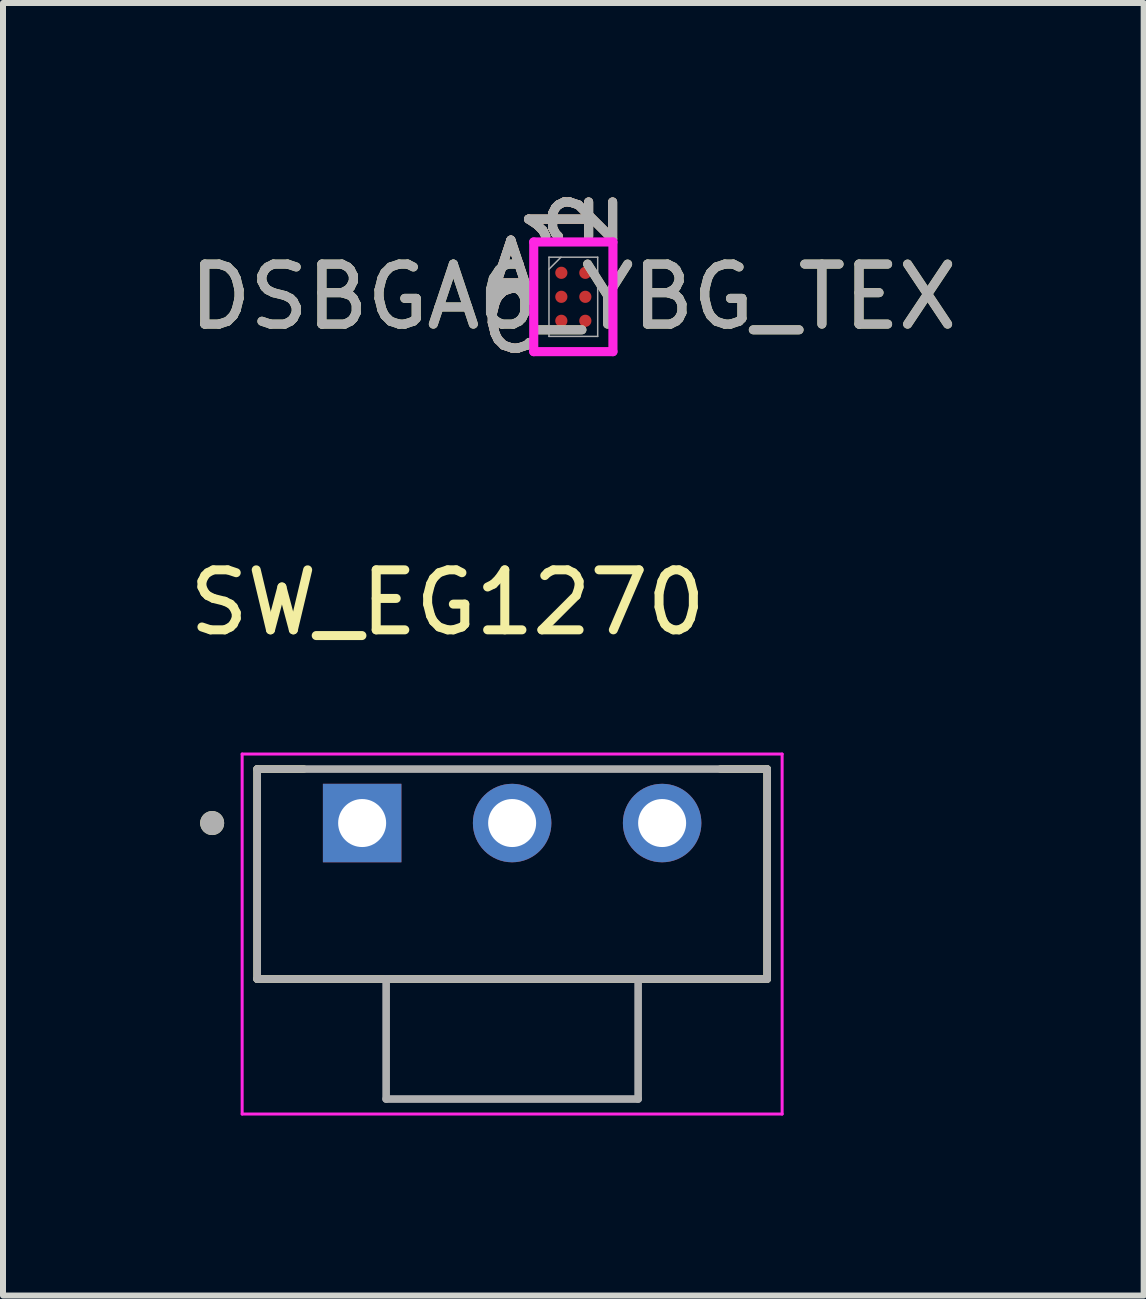
<source format=kicad_pcb>
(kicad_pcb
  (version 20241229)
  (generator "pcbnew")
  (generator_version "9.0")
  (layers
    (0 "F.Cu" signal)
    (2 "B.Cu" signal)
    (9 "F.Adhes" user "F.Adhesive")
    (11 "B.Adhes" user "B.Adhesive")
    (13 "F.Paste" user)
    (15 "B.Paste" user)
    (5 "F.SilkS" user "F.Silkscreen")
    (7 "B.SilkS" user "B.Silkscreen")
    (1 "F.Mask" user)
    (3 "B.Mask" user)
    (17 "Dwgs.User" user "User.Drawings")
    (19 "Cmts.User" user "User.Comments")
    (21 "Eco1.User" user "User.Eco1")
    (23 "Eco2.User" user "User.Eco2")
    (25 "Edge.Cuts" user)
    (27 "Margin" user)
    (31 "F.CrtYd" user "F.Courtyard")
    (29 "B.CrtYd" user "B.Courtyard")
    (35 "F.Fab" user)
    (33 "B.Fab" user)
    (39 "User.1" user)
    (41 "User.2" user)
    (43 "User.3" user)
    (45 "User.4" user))
  (footprint "DSBGA6_YBG_TEX"
    (layer "F.Cu")
    (at 6.506 1.897)
    (property "Reference" "DSBGA6_YBG_TEX" (at 0 0 0) (unlocked yes) (layer "F.SilkS") (effects (font (size 1 1) (thickness 0.15))))
    (attr smd)
    (fp_poly (pts (xy -0.845 -1.045) (xy 0.845 -1.045) (xy 0.845 1.045) (xy -0.845 1.045)) (stroke (width 0.1) (type solid)) (fill no) (layer "Eco2.User"))
    (fp_line (start -0.66 -0.914) (end 0.66 -0.914) (stroke (width 0.152) (type solid)) (layer "F.CrtYd"))
    (fp_line (start -0.66 0.914) (end -0.66 -0.914) (stroke (width 0.152) (type solid)) (layer "F.CrtYd"))
    (fp_line (start 0.66 -0.914) (end 0.66 0.914) (stroke (width 0.152) (type solid)) (layer "F.CrtYd"))
    (fp_line (start 0.66 0.914) (end -0.66 0.914) (stroke (width 0.152) (type solid)) (layer "F.CrtYd"))
    (fp_line (start -0.406 -0.66) (end -0.406 0.66) (stroke (width 0.025) (type solid)) (layer "F.Fab"))
    (fp_line (start -0.406 0.66) (end 0.406 0.66) (stroke (width 0.025) (type solid)) (layer "F.Fab"))
    (fp_line (start -0.206 -0.66) (end -0.406 -0.46) (stroke (width 0.025) (type solid)) (layer "F.Fab"))
    (fp_line (start 0.406 -0.66) (end -0.406 -0.66) (stroke (width 0.025) (type solid)) (layer "F.Fab"))
    (fp_line (start 0.406 0.66) (end 0.406 -0.66) (stroke (width 0.025) (type solid)) (layer "F.Fab"))
    (fp_text user "2" (at 0.2 -1.295 90) (unlocked yes) (layer "F.SilkS") (effects (font (size 1 1) (thickness 0.15))))
    (fp_text user "A" (at -1.041 -0.4 0) (unlocked yes) (layer "F.SilkS") (effects (font (size 1 1) (thickness 0.15))))
    (fp_text user "C" (at -1.041 0.4 0) (unlocked yes) (layer "F.SilkS") (effects (font (size 1 1) (thickness 0.15))))
    (fp_text user "1" (at -0.2 -1.295 90) (unlocked yes) (layer "F.SilkS") (effects (font (size 1 1) (thickness 0.15))))
    (fp_text user "2" (at 0.2 -1.295 90) (unlocked yes) (layer "B.SilkS") (effects (font (size 1 1) (thickness 0.15))))
    (fp_text user "1" (at -0.2 -1.295 90) (unlocked yes) (layer "B.SilkS") (effects (font (size 1 1) (thickness 0.15))))
    (fp_text user "A" (at -1.041 -0.4 0) (unlocked yes) (layer "B.SilkS") (effects (font (size 1 1) (thickness 0.15))))
    (fp_text user "C" (at -1.041 0.4 0) (unlocked yes) (layer "B.SilkS") (effects (font (size 1 1) (thickness 0.15))))
    (fp_text user "A" (at -1.041 -0.4 0) (unlocked yes) (layer "F.Fab") (effects (font (size 1 1) (thickness 0.15))))
    (fp_text user "${REFERENCE}" (at 0 0 0) (unlocked yes) (layer "F.Fab") (effects (font (size 1 1) (thickness 0.15))))
    (fp_text user "C" (at -1.041 0.4 0) (unlocked yes) (layer "F.Fab") (effects (font (size 1 1) (thickness 0.15))))
    (fp_text user "1" (at -0.2 -1.295 90) (unlocked yes) (layer "F.Fab") (effects (font (size 1 1) (thickness 0.15))))
    (fp_text user "2" (at 0.2 -1.295 90) (unlocked yes) (layer "F.Fab") (effects (font (size 1 1) (thickness 0.15))))
    (pad "A1" smd circle (at -0.2 -0.4) (size 0.203 0.203) (layers "F.Cu" "F.Mask" "F.Paste"))
    (pad "A2" smd circle (at 0.2 -0.4) (size 0.203 0.203) (layers "F.Cu" "F.Mask" "F.Paste"))
    (pad "B1" smd circle (at -0.2 0) (size 0.203 0.203) (layers "F.Cu" "F.Mask" "F.Paste"))
    (pad "B2" smd circle (at 0.2 0) (size 0.203 0.203) (layers "F.Cu" "F.Mask" "F.Paste"))
    (pad "C1" smd circle (at -0.2 0.4) (size 0.203 0.203) (layers "F.Cu" "F.Mask" "F.Paste"))
    (pad "C2" smd circle (at 0.2 0.4) (size 0.203 0.203) (layers "F.Cu" "F.Mask" "F.Paste")))
  (footprint "SW_EG1270"
    (layer "F.Cu")
    (at 5.486 10.668)
    (property "Reference" "SW_EG1270" (at -1.075 -3.675 0) (layer "F.SilkS") (effects (font (size 1 1) (thickness 0.15))))
    (attr through_hole)
    (fp_line (start -4.25 -0.9) (end -3.474 -0.9) (stroke (width 0.127) (type solid)) (layer "F.SilkS"))
    (fp_line (start -4.25 2.6) (end -4.25 -0.9) (stroke (width 0.127) (type solid)) (layer "F.SilkS"))
    (fp_line (start 3.474 -0.9) (end 4.25 -0.9) (stroke (width 0.127) (type solid)) (layer "F.SilkS"))
    (fp_line (start 4.25 -0.9) (end 4.25 2.6) (stroke (width 0.127) (type solid)) (layer "F.SilkS"))
    (fp_line (start 4.25 2.6) (end -4.25 2.6) (stroke (width 0.127) (type solid)) (layer "F.SilkS"))
    (fp_circle (center -5 0) (end -4.9 0) (stroke (width 0.2) (type solid)) (fill no) (layer "F.SilkS"))
    (fp_line (start -4.5 -1.15) (end -4.5 4.85) (stroke (width 0.05) (type solid)) (layer "F.CrtYd"))
    (fp_line (start -4.5 4.85) (end 4.5 4.85) (stroke (width 0.05) (type solid)) (layer "F.CrtYd"))
    (fp_line (start 4.5 -1.15) (end -4.5 -1.15) (stroke (width 0.05) (type solid)) (layer "F.CrtYd"))
    (fp_line (start 4.5 4.85) (end 4.5 -1.15) (stroke (width 0.05) (type solid)) (layer "F.CrtYd"))
    (fp_line (start -4.25 -0.9) (end 4.25 -0.9) (stroke (width 0.127) (type solid)) (layer "F.Fab"))
    (fp_line (start -4.25 2.6) (end -4.25 -0.9) (stroke (width 0.127) (type solid)) (layer "F.Fab"))
    (fp_line (start -2.1 2.6) (end -4.25 2.6) (stroke (width 0.127) (type solid)) (layer "F.Fab"))
    (fp_line (start -2.1 2.6) (end -2.1 4.6) (stroke (width 0.127) (type solid)) (layer "F.Fab"))
    (fp_line (start -2.1 4.6) (end 2.1 4.6) (stroke (width 0.127) (type solid)) (layer "F.Fab"))
    (fp_line (start 2.1 2.6) (end -2.1 2.6) (stroke (width 0.127) (type solid)) (layer "F.Fab"))
    (fp_line (start 2.1 4.6) (end 2.1 2.6) (stroke (width 0.127) (type solid)) (layer "F.Fab"))
    (fp_line (start 4.25 -0.9) (end 4.25 2.6) (stroke (width 0.127) (type solid)) (layer "F.Fab"))
    (fp_line (start 4.25 2.6) (end 2.1 2.6) (stroke (width 0.127) (type solid)) (layer "F.Fab"))
    (fp_circle (center -5 0) (end -4.9 0) (stroke (width 0.2) (type solid)) (fill no) (layer "F.Fab"))
    (pad "1" thru_hole rect (at -2.5 0) (size 1.308 1.308) (drill 0.8) (layers "*.Cu" "*.Mask"))
    (pad "2" thru_hole circle (at 0 0) (size 1.308 1.308) (drill 0.8) (layers "*.Cu" "*.Mask"))
    (pad "3" thru_hole circle (at 2.5 0) (size 1.308 1.308) (drill 0.8) (layers "*.Cu" "*.Mask")))
  (gr_rect
    (start -3 -3)
    (end 16.012 18.543)
    (stroke (width 0.1) (type default))
    (fill no)
    (layer "Edge.Cuts")))
</source>
